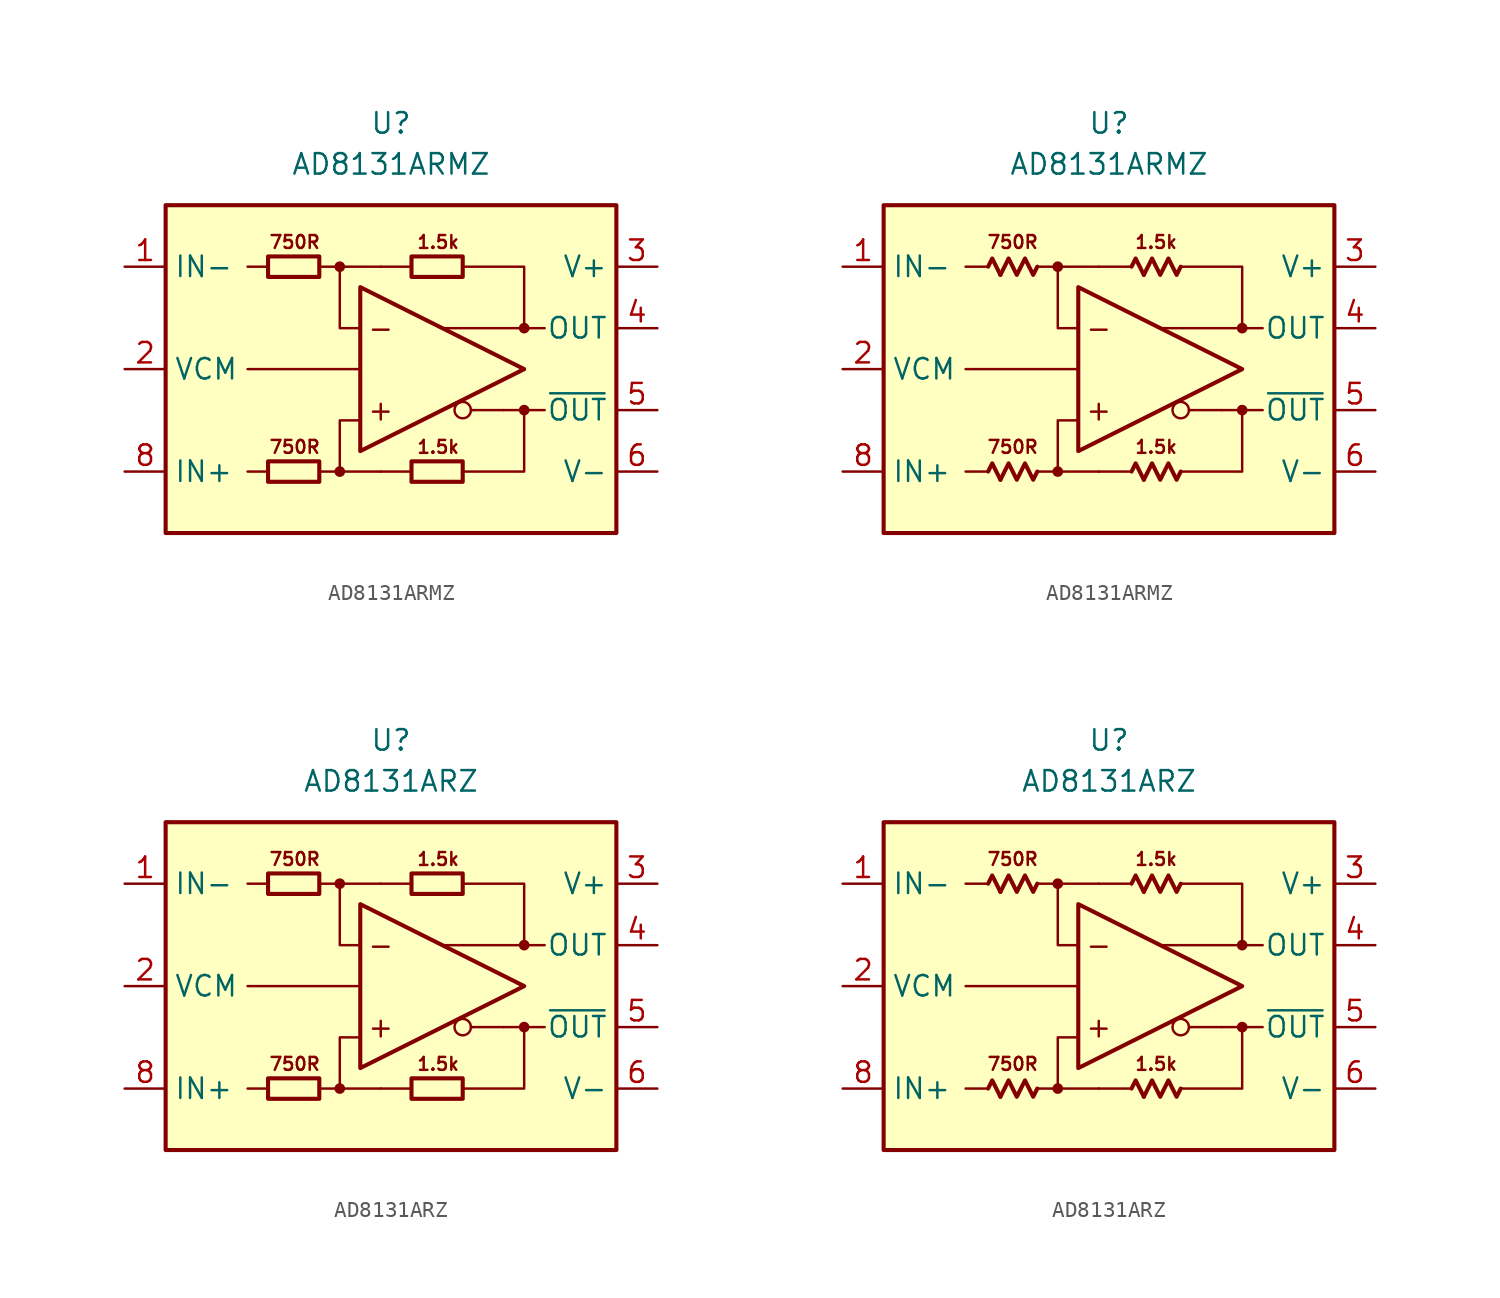
<source format=kicad_sym>
(kicad_symbol_lib
  (version 20231120)
  (generator "kicad_symbol_editor")
  (generator_version "8.0")
  (symbol "AD8131ARMZ"
    (property "Reference" "U"
      (at 0 15.24 0)
      (effects (font (size 1.27 1.27))))
    (property "Value" "AD8131ARMZ"
      (at 0 12.7 0)
      (effects (font (size 1.27 1.27))))
    (symbol "AD8131ARMZ_0_0"
      (rectangle (start -13.97 10.16) (end 13.97 -10.16) (stroke (width 0.254) (type default)) (fill (type background)))
      (circle (center -3.175 -6.35) (radius 0.254) (stroke (width 0.152) (type default)) (fill (type outline)))
      (circle (center -3.175 6.35) (radius 0.254) (stroke (width 0.152) (type default)) (fill (type outline)))
      (polyline (pts (xy -8.89 0) (xy -1.905 0)) (stroke (width 0) (type default)) (fill (type none)))
      (polyline (pts (xy -7.62 -6.35) (xy -8.89 -6.35)) (stroke (width 0.152) (type default)) (fill (type none)))
      (polyline (pts (xy -7.62 6.35) (xy -8.89 6.35)) (stroke (width 0.152) (type default)) (fill (type none)))
      (polyline (pts (xy -3.175 6.35) (xy -0.635 6.35)) (stroke (width 0.152) (type default)) (fill (type none)))
      (polyline (pts (xy -0.635 -6.35) (xy -3.175 -6.35)) (stroke (width 0.152) (type default)) (fill (type none)))
      (polyline (pts (xy 1.27 -6.35) (xy -0.635 -6.35)) (stroke (width 0.152) (type default)) (fill (type none)))
      (polyline (pts (xy 1.27 6.35) (xy -0.635 6.35)) (stroke (width 0.152) (type default)) (fill (type none)))
      (polyline (pts (xy 5.08 -2.54) (xy 4.953 -2.54)) (stroke (width 0.152) (type default)) (fill (type none)))
      (polyline (pts (xy 6.985 -2.54) (xy 5.08 -2.54)) (stroke (width 0.152) (type default)) (fill (type none)))
      (polyline (pts (xy 8.255 -2.54) (xy 9.525 -2.54)) (stroke (width 0.152) (type default)) (fill (type none)))
      (polyline (pts (xy 8.255 2.54) (xy 9.525 2.54)) (stroke (width 0.152) (type default)) (fill (type none)))
      (polyline (pts (xy -4.445 -6.35) (xy -3.175 -6.35) (xy -3.175 -3.175) (xy -1.905 -3.175)) (stroke (width 0.152) (type default)) (fill (type none)))
      (polyline (pts (xy -1.905 2.54) (xy -3.175 2.54) (xy -3.175 6.35) (xy -4.445 6.35)) (stroke (width 0.152) (type default)) (fill (type none)))
      (polyline (pts (xy 4.445 6.35) (xy 8.255 6.35) (xy 8.255 2.54) (xy 3.175 2.54)) (stroke (width 0.152) (type default)) (fill (type none)))
      (polyline (pts (xy 6.985 -2.54) (xy 8.255 -2.54) (xy 8.255 -6.35) (xy 4.445 -6.35)) (stroke (width 0.152) (type default)) (fill (type none)))
      (circle (center 4.445 -2.54) (radius 0.508) (stroke (width 0.152) (type default)) (fill (type none)))
      (circle (center 8.255 -2.54) (radius 0.254) (stroke (width 0.152) (type default)) (fill (type outline)))
      (circle (center 8.255 2.54) (radius 0.254) (stroke (width 0.152) (type default)) (fill (type outline)))
      (text "+" (at -0.635 -2.54 0) (effects (font (size 1.27 1.27))))
      (text "-" (at -0.635 2.54 0) (effects (font (size 1.27 1.27))))
      (text "1.5k" (at 2.921 -4.826 0) (effects (font (size 0.8 0.8))))
      (text "1.5k" (at 2.921 7.874 0) (effects (font (size 0.8 0.8))))
      (text "750R" (at -5.969 -4.826 0) (effects (font (size 0.8 0.8))))
      (text "750R" (at -5.969 7.874 0) (effects (font (size 0.8 0.8)))))
    (symbol "AD8131ARMZ_0_1"
      (rectangle (start -7.62 -5.715) (end -4.445 -6.985) (stroke (width 0.254) (type default)) (fill (type none)))
      (rectangle (start -7.62 6.985) (end -4.445 5.715) (stroke (width 0.254) (type default)) (fill (type none)))
      (rectangle (start 1.27 -5.715) (end 4.445 -6.985) (stroke (width 0.254) (type default)) (fill (type none)))
      (rectangle (start 1.27 6.985) (end 4.445 5.715) (stroke (width 0.254) (type default)) (fill (type none))))
    (symbol "AD8131ARMZ_0_2"
      (polyline (pts (xy -6.731 -6.858) (xy -7.239 -5.842) (xy -7.493 -6.35)) (stroke (width 0.254) (type default)) (fill (type none)))
      (polyline (pts (xy -6.731 5.842) (xy -7.239 6.858) (xy -7.493 6.35)) (stroke (width 0.254) (type default)) (fill (type none)))
      (polyline (pts (xy 2.159 -6.858) (xy 1.651 -5.842) (xy 1.397 -6.35)) (stroke (width 0.254) (type default)) (fill (type none)))
      (polyline (pts (xy 2.159 5.842) (xy 1.651 6.858) (xy 1.397 6.35)) (stroke (width 0.254) (type default)) (fill (type none)))
      (polyline (pts (xy -4.445 -6.35) (xy -4.699 -6.858) (xy -5.207 -5.842) (xy -5.715 -6.858) (xy -6.223 -5.842) (xy -6.731 -6.858)) (stroke (width 0.254) (type default)) (fill (type none)))
      (polyline (pts (xy -4.445 6.35) (xy -4.699 5.842) (xy -5.207 6.858) (xy -5.715 5.842) (xy -6.223 6.858) (xy -6.731 5.842)) (stroke (width 0.254) (type default)) (fill (type none)))
      (polyline (pts (xy 4.445 -6.35) (xy 4.191 -6.858) (xy 3.683 -5.842) (xy 3.175 -6.858) (xy 2.667 -5.842) (xy 2.159 -6.858)) (stroke (width 0.254) (type default)) (fill (type none)))
      (polyline (pts (xy 4.445 6.35) (xy 4.191 5.842) (xy 3.683 6.858) (xy 3.175 5.842) (xy 2.667 6.858) (xy 2.159 5.842)) (stroke (width 0.254) (type default)) (fill (type none))))
    (symbol "AD8131ARMZ_1_0"
      (polyline (pts (xy -1.905 5.08) (xy -1.905 -5.08) (xy 8.255 0) (xy -1.905 5.08)) (stroke (width 0.254) (type default)) (fill (type none))))
    (symbol "AD8131ARMZ_1_1"
      (pin input line (at -16.51 6.35 0) (length 2.54) (name "IN-" (effects (font (size 1.27 1.27)))) (number "1" (effects (font (size 1.27 1.27)))))
      (pin input line (at -16.51 0 0) (length 2.54) (name "VCM" (effects (font (size 1.27 1.27)))) (number "2" (effects (font (size 1.27 1.27)))))
      (pin power_in line (at 16.51 6.35 180) (length 2.54) (name "V+" (effects (font (size 1.27 1.27)))) (number "3" (effects (font (size 1.27 1.27)))))
      (pin output line (at 16.51 2.54 180) (length 2.54) (name "OUT" (effects (font (size 1.27 1.27)))) (number "4" (effects (font (size 1.27 1.27)))))
      (pin output line (at 16.51 -2.54 180) (length 2.54) (name "~{OUT}" (effects (font (size 1.27 1.27)))) (number "5" (effects (font (size 1.27 1.27)))))
      (pin power_in line (at 16.51 -6.35 180) (length 2.54) (name "V-" (effects (font (size 1.27 1.27)))) (number "6" (effects (font (size 1.27 1.27)))))
      (pin free line (at -5.08 0 0) (length 2.54) hide (name "NC" (effects (font (size 1.27 1.27)))) (number "7" (effects (font (size 1.27 1.27)))))
      (pin input line (at -16.51 -6.35 0) (length 2.54) (name "IN+" (effects (font (size 1.27 1.27)))) (number "8" (effects (font (size 1.27 1.27))))))
    (symbol "AD8131ARMZ_1_2"
      (pin input line (at -16.51 6.35 0) (length 2.54) (name "IN-" (effects (font (size 1.27 1.27)))) (number "1" (effects (font (size 1.27 1.27)))))
      (pin input line (at -16.51 0 0) (length 2.54) (name "VCM" (effects (font (size 1.27 1.27)))) (number "2" (effects (font (size 1.27 1.27)))))
      (pin power_in line (at 16.51 6.35 180) (length 2.54) (name "V+" (effects (font (size 1.27 1.27)))) (number "3" (effects (font (size 1.27 1.27)))))
      (pin output line (at 16.51 2.54 180) (length 2.54) (name "OUT" (effects (font (size 1.27 1.27)))) (number "4" (effects (font (size 1.27 1.27)))))
      (pin output line (at 16.51 -2.54 180) (length 2.54) (name "~{OUT}" (effects (font (size 1.27 1.27)))) (number "5" (effects (font (size 1.27 1.27)))))
      (pin power_in line (at 16.51 -6.35 180) (length 2.54) (name "V-" (effects (font (size 1.27 1.27)))) (number "6" (effects (font (size 1.27 1.27)))))
      (pin free line (at -5.08 0 0) (length 2.54) hide (name "NC" (effects (font (size 1.27 1.27)))) (number "7" (effects (font (size 1.27 1.27)))))
      (pin input line (at -16.51 -6.35 0) (length 2.54) (name "IN+" (effects (font (size 1.27 1.27)))) (number "8" (effects (font (size 1.27 1.27)))))))
  (symbol "AD8131ARZ"
    (property "Reference" "U"
      (at 0 15.24 0)
      (effects (font (size 1.27 1.27))))
    (property "Value" "AD8131ARZ"
      (at 0 12.7 0)
      (effects (font (size 1.27 1.27))))
    (symbol "AD8131ARZ_0_0"
      (rectangle (start -13.97 10.16) (end 13.97 -10.16) (stroke (width 0.254) (type default)) (fill (type background)))
      (circle (center -3.175 -6.35) (radius 0.254) (stroke (width 0.152) (type default)) (fill (type outline)))
      (circle (center -3.175 6.35) (radius 0.254) (stroke (width 0.152) (type default)) (fill (type outline)))
      (polyline (pts (xy -8.89 0) (xy -1.905 0)) (stroke (width 0) (type default)) (fill (type none)))
      (polyline (pts (xy -7.62 -6.35) (xy -8.89 -6.35)) (stroke (width 0.152) (type default)) (fill (type none)))
      (polyline (pts (xy -7.62 6.35) (xy -8.89 6.35)) (stroke (width 0.152) (type default)) (fill (type none)))
      (polyline (pts (xy -3.175 6.35) (xy -0.635 6.35)) (stroke (width 0.152) (type default)) (fill (type none)))
      (polyline (pts (xy -0.635 -6.35) (xy -3.175 -6.35)) (stroke (width 0.152) (type default)) (fill (type none)))
      (polyline (pts (xy 1.27 -6.35) (xy -0.635 -6.35)) (stroke (width 0.152) (type default)) (fill (type none)))
      (polyline (pts (xy 1.27 6.35) (xy -0.635 6.35)) (stroke (width 0.152) (type default)) (fill (type none)))
      (polyline (pts (xy 5.08 -2.54) (xy 4.953 -2.54)) (stroke (width 0.152) (type default)) (fill (type none)))
      (polyline (pts (xy 6.985 -2.54) (xy 5.08 -2.54)) (stroke (width 0.152) (type default)) (fill (type none)))
      (polyline (pts (xy 8.255 -2.54) (xy 9.525 -2.54)) (stroke (width 0.152) (type default)) (fill (type none)))
      (polyline (pts (xy 8.255 2.54) (xy 9.525 2.54)) (stroke (width 0.152) (type default)) (fill (type none)))
      (polyline (pts (xy -4.445 -6.35) (xy -3.175 -6.35) (xy -3.175 -3.175) (xy -1.905 -3.175)) (stroke (width 0.152) (type default)) (fill (type none)))
      (polyline (pts (xy -1.905 2.54) (xy -3.175 2.54) (xy -3.175 6.35) (xy -4.445 6.35)) (stroke (width 0.152) (type default)) (fill (type none)))
      (polyline (pts (xy 4.445 6.35) (xy 8.255 6.35) (xy 8.255 2.54) (xy 3.175 2.54)) (stroke (width 0.152) (type default)) (fill (type none)))
      (polyline (pts (xy 6.985 -2.54) (xy 8.255 -2.54) (xy 8.255 -6.35) (xy 4.445 -6.35)) (stroke (width 0.152) (type default)) (fill (type none)))
      (circle (center 4.445 -2.54) (radius 0.508) (stroke (width 0.152) (type default)) (fill (type none)))
      (circle (center 8.255 -2.54) (radius 0.254) (stroke (width 0.152) (type default)) (fill (type outline)))
      (circle (center 8.255 2.54) (radius 0.254) (stroke (width 0.152) (type default)) (fill (type outline)))
      (text "+" (at -0.635 -2.54 0) (effects (font (size 1.27 1.27))))
      (text "-" (at -0.635 2.54 0) (effects (font (size 1.27 1.27))))
      (text "1.5k" (at 2.921 -4.826 0) (effects (font (size 0.8 0.8))))
      (text "1.5k" (at 2.921 7.874 0) (effects (font (size 0.8 0.8))))
      (text "750R" (at -5.969 -4.826 0) (effects (font (size 0.8 0.8))))
      (text "750R" (at -5.969 7.874 0) (effects (font (size 0.8 0.8)))))
    (symbol "AD8131ARZ_0_1"
      (rectangle (start -7.62 -5.715) (end -4.445 -6.985) (stroke (width 0.254) (type default)) (fill (type none)))
      (rectangle (start -7.62 6.985) (end -4.445 5.715) (stroke (width 0.254) (type default)) (fill (type none)))
      (rectangle (start 1.27 -5.715) (end 4.445 -6.985) (stroke (width 0.254) (type default)) (fill (type none)))
      (rectangle (start 1.27 6.985) (end 4.445 5.715) (stroke (width 0.254) (type default)) (fill (type none))))
    (symbol "AD8131ARZ_0_2"
      (polyline (pts (xy -6.731 -6.858) (xy -7.239 -5.842) (xy -7.493 -6.35)) (stroke (width 0.254) (type default)) (fill (type none)))
      (polyline (pts (xy -6.731 5.842) (xy -7.239 6.858) (xy -7.493 6.35)) (stroke (width 0.254) (type default)) (fill (type none)))
      (polyline (pts (xy 2.159 -6.858) (xy 1.651 -5.842) (xy 1.397 -6.35)) (stroke (width 0.254) (type default)) (fill (type none)))
      (polyline (pts (xy 2.159 5.842) (xy 1.651 6.858) (xy 1.397 6.35)) (stroke (width 0.254) (type default)) (fill (type none)))
      (polyline (pts (xy -4.445 -6.35) (xy -4.699 -6.858) (xy -5.207 -5.842) (xy -5.715 -6.858) (xy -6.223 -5.842) (xy -6.731 -6.858)) (stroke (width 0.254) (type default)) (fill (type none)))
      (polyline (pts (xy -4.445 6.35) (xy -4.699 5.842) (xy -5.207 6.858) (xy -5.715 5.842) (xy -6.223 6.858) (xy -6.731 5.842)) (stroke (width 0.254) (type default)) (fill (type none)))
      (polyline (pts (xy 4.445 -6.35) (xy 4.191 -6.858) (xy 3.683 -5.842) (xy 3.175 -6.858) (xy 2.667 -5.842) (xy 2.159 -6.858)) (stroke (width 0.254) (type default)) (fill (type none)))
      (polyline (pts (xy 4.445 6.35) (xy 4.191 5.842) (xy 3.683 6.858) (xy 3.175 5.842) (xy 2.667 6.858) (xy 2.159 5.842)) (stroke (width 0.254) (type default)) (fill (type none))))
    (symbol "AD8131ARZ_1_0"
      (polyline (pts (xy -1.905 5.08) (xy -1.905 -5.08) (xy 8.255 0) (xy -1.905 5.08)) (stroke (width 0.254) (type default)) (fill (type none))))
    (symbol "AD8131ARZ_1_1"
      (pin input line (at -16.51 6.35 0) (length 2.54) (name "IN-" (effects (font (size 1.27 1.27)))) (number "1" (effects (font (size 1.27 1.27)))))
      (pin input line (at -16.51 0 0) (length 2.54) (name "VCM" (effects (font (size 1.27 1.27)))) (number "2" (effects (font (size 1.27 1.27)))))
      (pin power_in line (at 16.51 6.35 180) (length 2.54) (name "V+" (effects (font (size 1.27 1.27)))) (number "3" (effects (font (size 1.27 1.27)))))
      (pin output line (at 16.51 2.54 180) (length 2.54) (name "OUT" (effects (font (size 1.27 1.27)))) (number "4" (effects (font (size 1.27 1.27)))))
      (pin output line (at 16.51 -2.54 180) (length 2.54) (name "~{OUT}" (effects (font (size 1.27 1.27)))) (number "5" (effects (font (size 1.27 1.27)))))
      (pin power_in line (at 16.51 -6.35 180) (length 2.54) (name "V-" (effects (font (size 1.27 1.27)))) (number "6" (effects (font (size 1.27 1.27)))))
      (pin free line (at -5.08 0 0) (length 2.54) hide (name "NC" (effects (font (size 1.27 1.27)))) (number "7" (effects (font (size 1.27 1.27)))))
      (pin input line (at -16.51 -6.35 0) (length 2.54) (name "IN+" (effects (font (size 1.27 1.27)))) (number "8" (effects (font (size 1.27 1.27))))))
    (symbol "AD8131ARZ_1_2"
      (pin input line (at -16.51 6.35 0) (length 2.54) (name "IN-" (effects (font (size 1.27 1.27)))) (number "1" (effects (font (size 1.27 1.27)))))
      (pin input line (at -16.51 0 0) (length 2.54) (name "VCM" (effects (font (size 1.27 1.27)))) (number "2" (effects (font (size 1.27 1.27)))))
      (pin power_in line (at 16.51 6.35 180) (length 2.54) (name "V+" (effects (font (size 1.27 1.27)))) (number "3" (effects (font (size 1.27 1.27)))))
      (pin output line (at 16.51 2.54 180) (length 2.54) (name "OUT" (effects (font (size 1.27 1.27)))) (number "4" (effects (font (size 1.27 1.27)))))
      (pin output line (at 16.51 -2.54 180) (length 2.54) (name "~{OUT}" (effects (font (size 1.27 1.27)))) (number "5" (effects (font (size 1.27 1.27)))))
      (pin power_in line (at 16.51 -6.35 180) (length 2.54) (name "V-" (effects (font (size 1.27 1.27)))) (number "6" (effects (font (size 1.27 1.27)))))
      (pin free line (at -5.08 0 0) (length 2.54) hide (name "NC" (effects (font (size 1.27 1.27)))) (number "7" (effects (font (size 1.27 1.27)))))
      (pin input line (at -16.51 -6.35 0) (length 2.54) (name "IN+" (effects (font (size 1.27 1.27)))) (number "8" (effects (font (size 1.27 1.27))))))))
</source>
